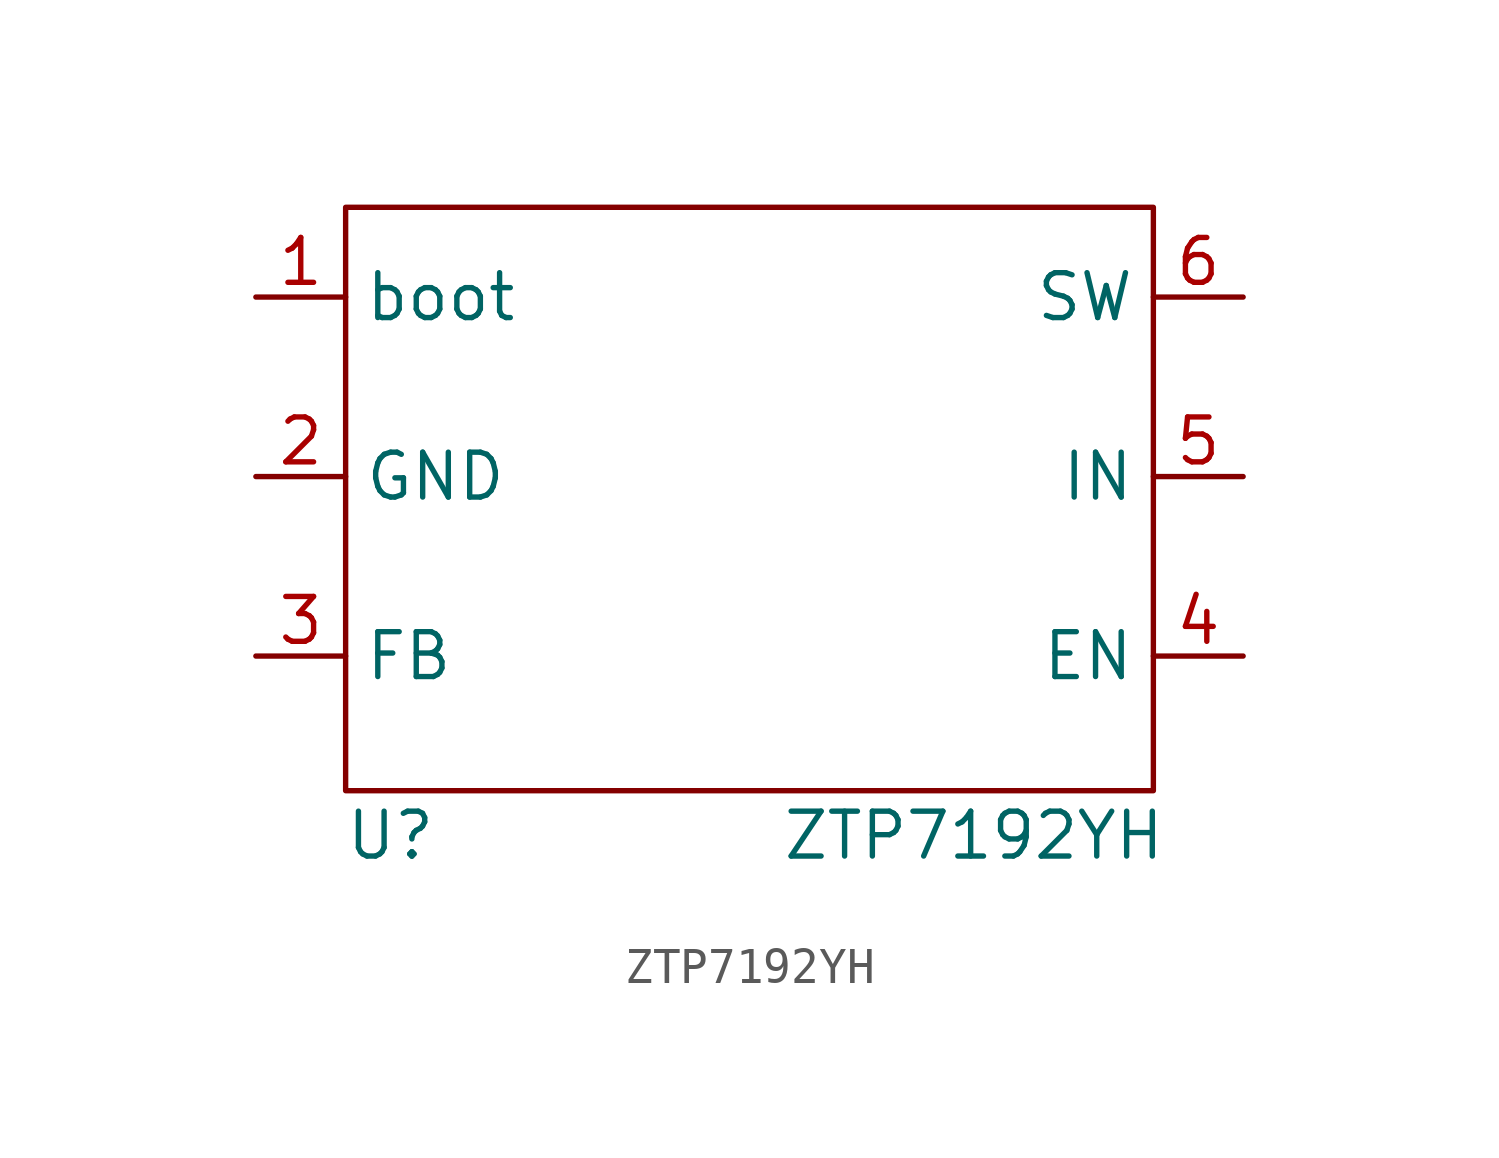
<source format=kicad_sym>
(kicad_symbol_lib
  (version 20211014)
  (generator kicad_symbol_editor)
  (symbol "ZTP7192YH"
    (property "Reference" "U"
      (at -10.16 -21.59 0)
      (effects (font (size 1.27 1.27))))
    (property "Value" "ZTP7192YH"
      (at 6.35 -21.59 0)
      (effects (font (size 1.27 1.27))))
    (symbol "ZTP7192YH_0_1"
      (rectangle (start -11.43 -3.81) (end 11.43 -20.32) (stroke (width 0) (type default) (color 0 0 0 0)) (fill (type none))))
    (symbol "ZTP7192YH_1_1"
      (pin passive line (at -13.97 -6.35 0) (length 2.54) (name "boot" (effects (font (size 1.27 1.27)))) (number "1" (effects (font (size 1.27 1.27)))))
      (pin bidirectional line (at -13.97 -11.43 0) (length 2.54) (name "GND" (effects (font (size 1.27 1.27)))) (number "2" (effects (font (size 1.27 1.27)))))
      (pin bidirectional line (at -13.97 -16.51 0) (length 2.54) (name "FB" (effects (font (size 1.27 1.27)))) (number "3" (effects (font (size 1.27 1.27)))))
      (pin input line (at 13.97 -16.51 180) (length 2.54) (name "EN" (effects (font (size 1.27 1.27)))) (number "4" (effects (font (size 1.27 1.27)))))
      (pin input line (at 13.97 -11.43 180) (length 2.54) (name "IN" (effects (font (size 1.27 1.27)))) (number "5" (effects (font (size 1.27 1.27)))))
      (pin input line (at 13.97 -6.35 180) (length 2.54) (name "SW" (effects (font (size 1.27 1.27)))) (number "6" (effects (font (size 1.27 1.27))))))))
</source>
